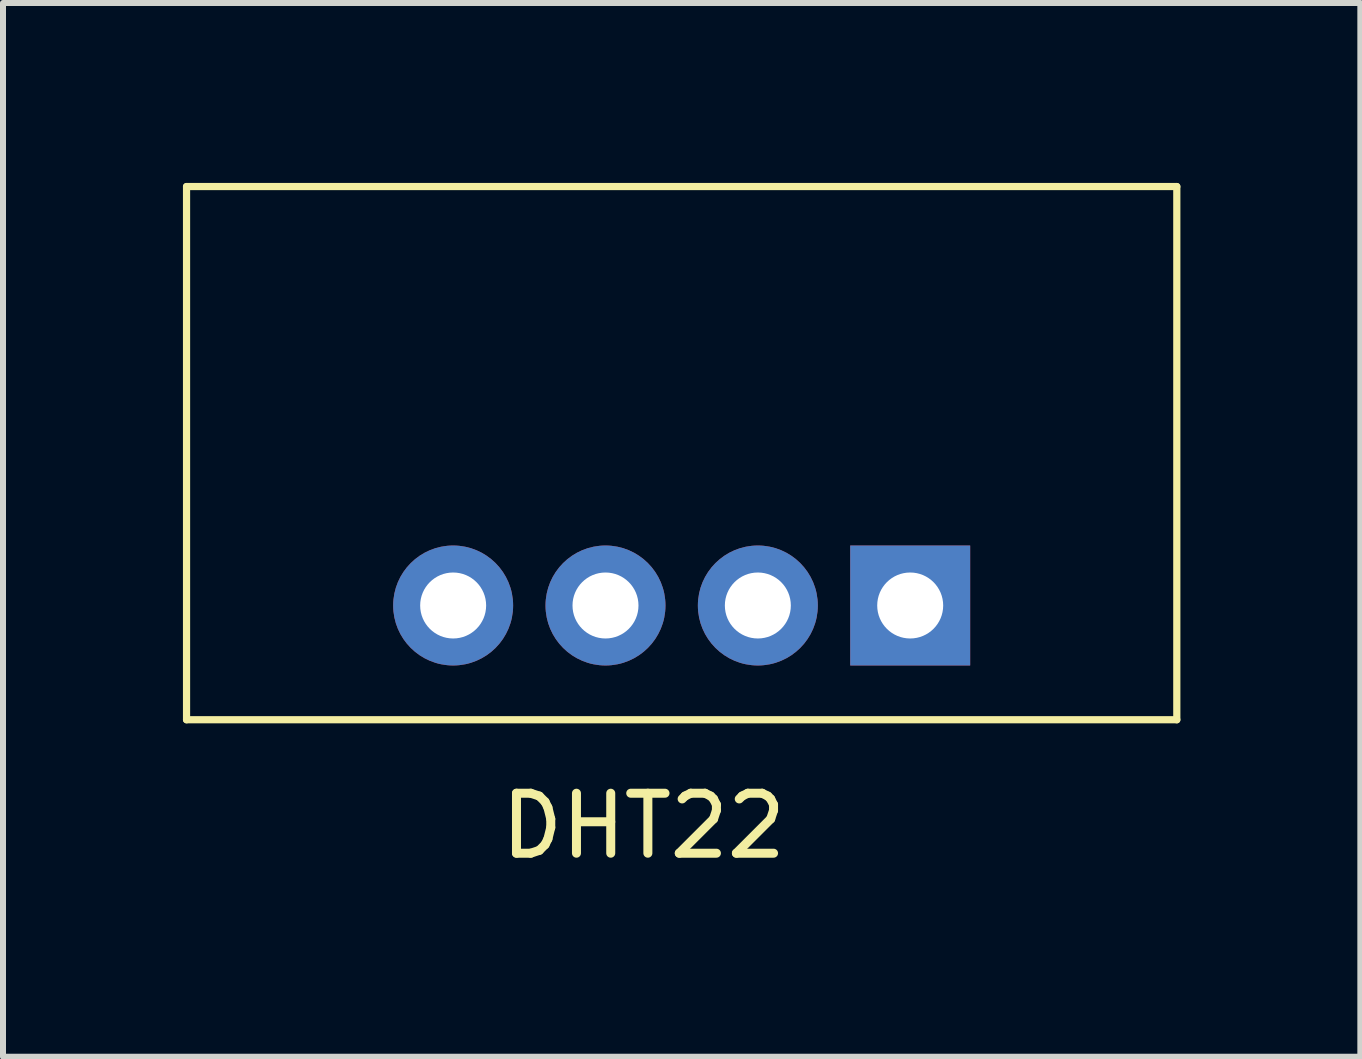
<source format=kicad_pcb>
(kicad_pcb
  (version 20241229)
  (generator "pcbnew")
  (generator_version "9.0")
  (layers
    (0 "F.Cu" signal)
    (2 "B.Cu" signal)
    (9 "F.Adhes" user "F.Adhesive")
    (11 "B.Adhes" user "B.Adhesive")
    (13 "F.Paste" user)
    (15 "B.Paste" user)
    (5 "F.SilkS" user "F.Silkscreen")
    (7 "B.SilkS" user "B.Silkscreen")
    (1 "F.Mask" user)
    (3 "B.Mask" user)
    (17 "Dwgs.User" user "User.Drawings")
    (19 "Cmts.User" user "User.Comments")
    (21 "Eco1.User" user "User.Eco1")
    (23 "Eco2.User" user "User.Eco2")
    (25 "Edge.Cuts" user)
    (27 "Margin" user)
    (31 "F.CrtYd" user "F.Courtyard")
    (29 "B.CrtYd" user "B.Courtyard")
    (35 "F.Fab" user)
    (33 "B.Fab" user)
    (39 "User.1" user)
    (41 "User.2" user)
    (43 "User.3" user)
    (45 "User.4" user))
  (footprint "DHT22"
    (layer "F.Cu")
    (at 7.68 10.22)
    (property "Reference" "DHT22" (at 0 0.5 0) (layer "F.SilkS") (effects (font (size 1 1) (thickness 0.15))))
    (attr through_hole)
    (fp_line (start -7.62 -10.16) (end -7.62 -1.27) (stroke (width 0.12) (type solid)) (layer "F.SilkS"))
    (fp_line (start -7.62 -1.27) (end 8.89 -1.27) (stroke (width 0.12) (type solid)) (layer "F.SilkS"))
    (fp_line (start 8.89 -10.16) (end -7.62 -10.16) (stroke (width 0.12) (type solid)) (layer "F.SilkS"))
    (fp_line (start 8.89 -1.27) (end 8.89 -10.16) (stroke (width 0.12) (type solid)) (layer "F.SilkS"))
    (pad "1" thru_hole circle (at -3.175 -3.175) (size 2 2) (drill 1.1) (layers "*.Cu" "*.Mask"))
    (pad "2" thru_hole circle (at -0.635 -3.175) (size 2 2) (drill 1.1) (layers "*.Cu" "*.Mask"))
    (pad "3" thru_hole circle (at 1.905 -3.175) (size 2 2) (drill 1.1) (layers "*.Cu" "*.Mask"))
    (pad "4" thru_hole rect (at 4.445 -3.175) (size 2 2) (drill 1.1) (layers "*.Cu" "*.Mask")))
  (gr_rect
    (start -3 -3)
    (end 19.63 14.568)
    (stroke (width 0.1) (type default))
    (fill no)
    (layer "Edge.Cuts")))
</source>
